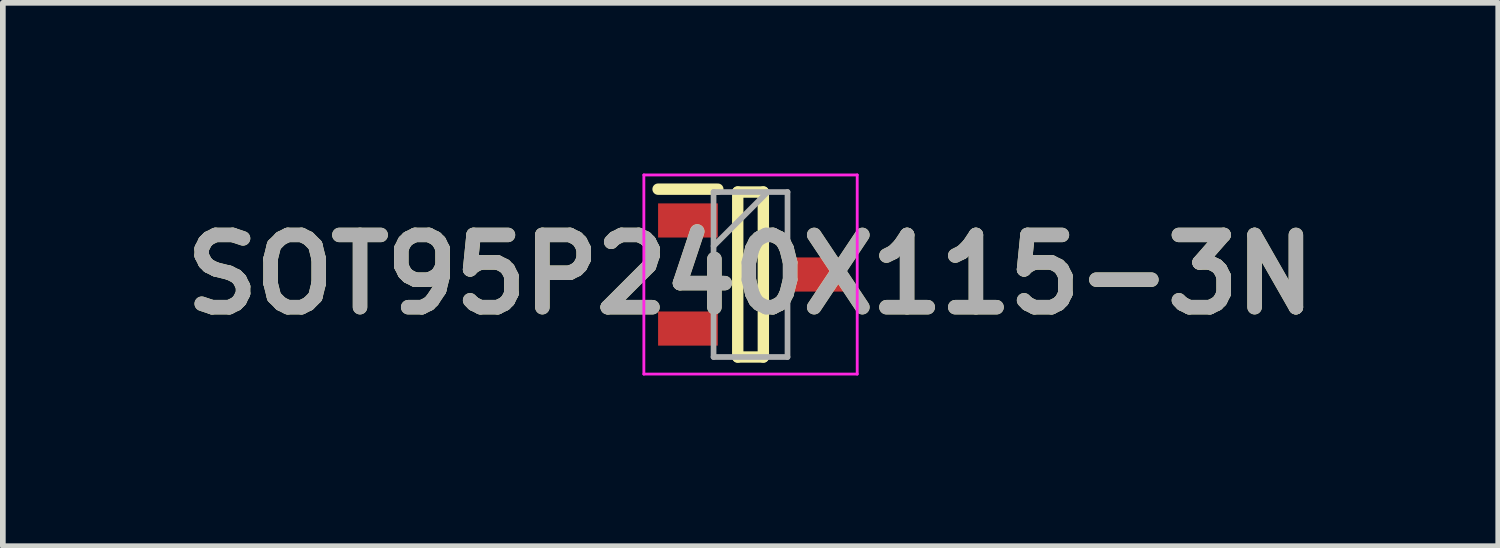
<source format=kicad_pcb>
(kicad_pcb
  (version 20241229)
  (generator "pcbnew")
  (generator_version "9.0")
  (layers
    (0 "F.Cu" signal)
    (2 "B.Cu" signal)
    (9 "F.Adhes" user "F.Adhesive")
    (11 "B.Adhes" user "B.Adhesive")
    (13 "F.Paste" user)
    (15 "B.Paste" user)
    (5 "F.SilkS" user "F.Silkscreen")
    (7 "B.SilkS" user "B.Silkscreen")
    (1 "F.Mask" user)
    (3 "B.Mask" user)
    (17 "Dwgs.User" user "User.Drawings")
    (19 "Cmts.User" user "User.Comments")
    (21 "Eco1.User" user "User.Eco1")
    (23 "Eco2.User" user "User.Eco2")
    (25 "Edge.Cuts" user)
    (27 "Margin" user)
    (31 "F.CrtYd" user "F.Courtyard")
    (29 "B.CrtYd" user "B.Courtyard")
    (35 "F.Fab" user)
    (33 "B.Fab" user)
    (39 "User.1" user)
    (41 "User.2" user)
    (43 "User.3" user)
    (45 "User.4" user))
  (footprint "SOT95P240X115-3N"
    (layer "F.Cu")
    (at 10.142 1.775)
    (property "Reference" "SOT95P240X115-3N" (at 0 0 0) (layer "F.SilkS") (effects (font (size 1.27 1.27) (thickness 0.254))))
    (attr smd)
    (fp_line (start -1.625 -1.5) (end -0.575 -1.5) (stroke (width 0.2) (type solid)) (layer "F.SilkS"))
    (fp_line (start -0.225 -1.45) (end 0.225 -1.45) (stroke (width 0.2) (type solid)) (layer "F.SilkS"))
    (fp_line (start -0.225 1.45) (end -0.225 -1.45) (stroke (width 0.2) (type solid)) (layer "F.SilkS"))
    (fp_line (start 0.225 -1.45) (end 0.225 1.45) (stroke (width 0.2) (type solid)) (layer "F.SilkS"))
    (fp_line (start 0.225 1.45) (end -0.225 1.45) (stroke (width 0.2) (type solid)) (layer "F.SilkS"))
    (fp_line (start -1.875 -1.75) (end 1.875 -1.75) (stroke (width 0.05) (type solid)) (layer "F.CrtYd"))
    (fp_line (start -1.875 1.75) (end -1.875 -1.75) (stroke (width 0.05) (type solid)) (layer "F.CrtYd"))
    (fp_line (start 1.875 -1.75) (end 1.875 1.75) (stroke (width 0.05) (type solid)) (layer "F.CrtYd"))
    (fp_line (start 1.875 1.75) (end -1.875 1.75) (stroke (width 0.05) (type solid)) (layer "F.CrtYd"))
    (fp_line (start -0.65 -1.45) (end 0.65 -1.45) (stroke (width 0.1) (type solid)) (layer "F.Fab"))
    (fp_line (start -0.65 -0.5) (end 0.3 -1.45) (stroke (width 0.1) (type solid)) (layer "F.Fab"))
    (fp_line (start -0.65 1.45) (end -0.65 -1.45) (stroke (width 0.1) (type solid)) (layer "F.Fab"))
    (fp_line (start 0.65 -1.45) (end 0.65 1.45) (stroke (width 0.1) (type solid)) (layer "F.Fab"))
    (fp_line (start 0.65 1.45) (end -0.65 1.45) (stroke (width 0.1) (type solid)) (layer "F.Fab"))
    (fp_text user "${REFERENCE}" (at 0 0 0) (layer "F.Fab") (effects (font (size 1.27 1.27) (thickness 0.254))))
    (pad "1" smd rect (at -1.1 -0.95 90) (size 0.6 1.05) (layers "F.Cu" "F.Mask" "F.Paste"))
    (pad "2" smd rect (at -1.1 0.95 90) (size 0.6 1.05) (layers "F.Cu" "F.Mask" "F.Paste"))
    (pad "3" smd rect (at 1.1 0 90) (size 0.6 1.05) (layers "F.Cu" "F.Mask" "F.Paste")))
  (gr_rect
    (start -3 -3)
    (end 23.284 6.55)
    (stroke (width 0.1) (type default))
    (fill no)
    (layer "Edge.Cuts")))
</source>
